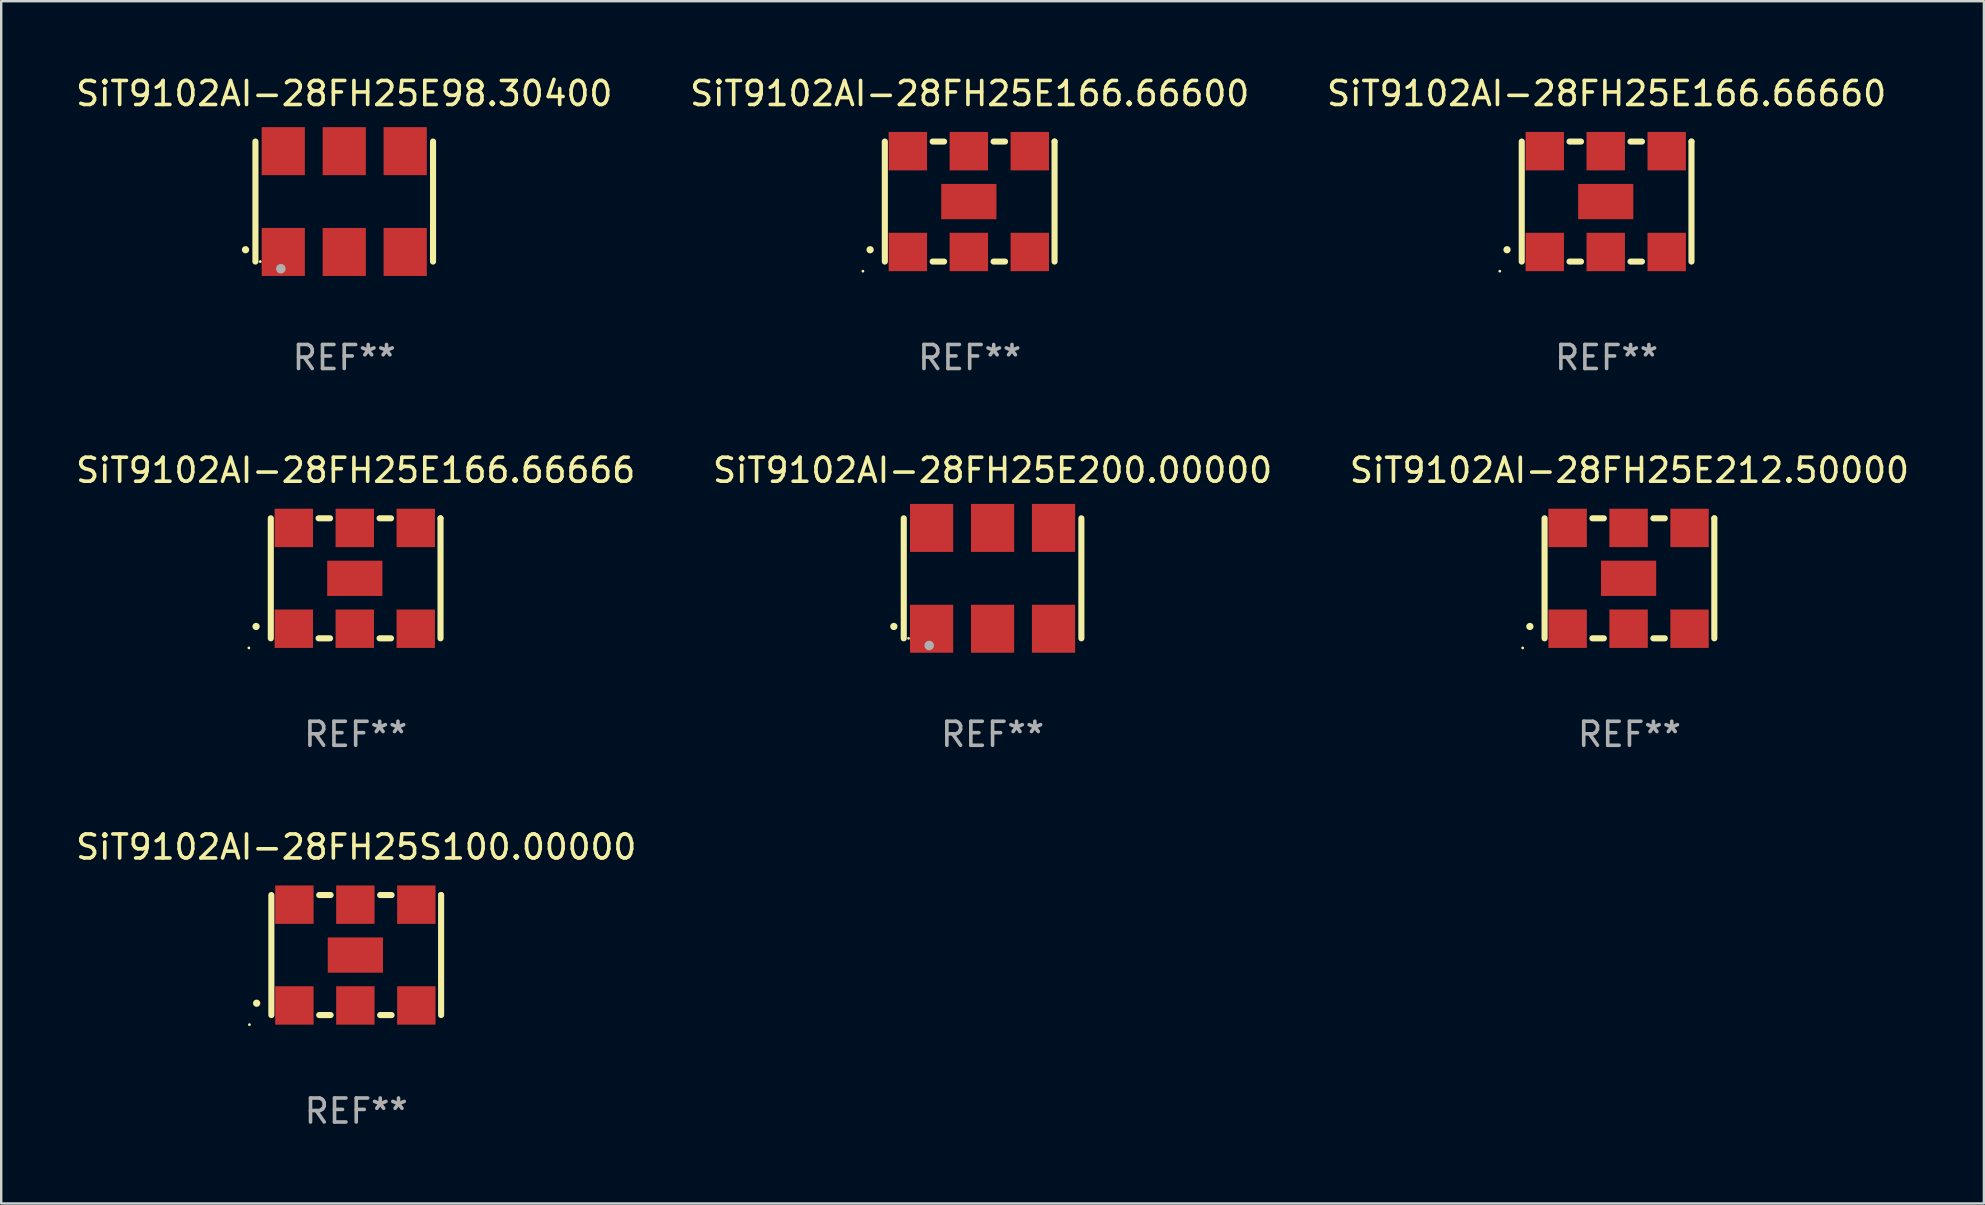
<source format=kicad_pcb>
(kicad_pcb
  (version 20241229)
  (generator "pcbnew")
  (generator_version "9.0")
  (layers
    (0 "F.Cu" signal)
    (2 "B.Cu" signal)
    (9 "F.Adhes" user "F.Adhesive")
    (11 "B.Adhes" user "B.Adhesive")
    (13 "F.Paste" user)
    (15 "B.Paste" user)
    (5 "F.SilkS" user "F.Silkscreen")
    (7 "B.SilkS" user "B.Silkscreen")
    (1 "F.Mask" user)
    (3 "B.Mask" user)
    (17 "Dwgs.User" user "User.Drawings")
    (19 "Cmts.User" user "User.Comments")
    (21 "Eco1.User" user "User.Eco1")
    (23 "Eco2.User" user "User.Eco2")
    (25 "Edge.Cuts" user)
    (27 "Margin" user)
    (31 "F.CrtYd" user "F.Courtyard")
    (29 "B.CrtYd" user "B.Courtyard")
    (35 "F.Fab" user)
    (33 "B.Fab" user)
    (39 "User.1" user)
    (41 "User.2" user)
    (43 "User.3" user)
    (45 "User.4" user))
  (footprint "SiT9102AI-28FH25E166.66666"
    (layer "F.Cu")
    (at 11.768 21.045)
    (property "Reference" "SiT9102AI-28FH25E166.66666" (at 0 -4.5 0) (layer "F.SilkS") (effects (font (size 1 1) (thickness 0.15))))
    (attr through_hole)
    (fp_line (start -3.536 -2.5) (end -3.536 2.5) (stroke (width 0.254) (type solid)) (layer "F.SilkS"))
    (fp_line (start -1.544 2.5) (end -1.067 2.5) (stroke (width 0.254) (type solid)) (layer "F.SilkS"))
    (fp_line (start -1.067 -2.5) (end -1.544 -2.5) (stroke (width 0.254) (type solid)) (layer "F.SilkS"))
    (fp_line (start 0.996 2.5) (end 1.473 2.5) (stroke (width 0.254) (type solid)) (layer "F.SilkS"))
    (fp_line (start 1.473 -2.5) (end 0.996 -2.5) (stroke (width 0.254) (type solid)) (layer "F.SilkS"))
    (fp_line (start 3.536 -2.5) (end 3.536 -2.5) (stroke (width 0.254) (type solid)) (layer "F.SilkS"))
    (fp_line (start 3.536 2.5) (end 3.536 -2.5) (stroke (width 0.254) (type solid)) (layer "F.SilkS"))
    (fp_arc (start -4.150432 2.006604) (mid -4.149162 2.006599) (end -4.147892 2.006604) (stroke (width 0.3) (type solid)) (layer "F.SilkS"))
    (fp_circle (center -4.449 2.9) (end -4.419 2.9) (stroke (width 0.06) (type solid)) (fill no) (layer "F.SilkS"))
    (fp_text user "REF**" (at 0 6.5 0) (layer "F.Fab") (effects (font (size 1 1) (thickness 0.15))))
    (pad "1" smd rect (at -2.576 2.1) (size 1.6 1.6) (layers "F.Cu" "F.Mask" "F.Paste"))
    (pad "2" smd rect (at -0.036 2.1) (size 1.6 1.6) (layers "F.Cu" "F.Mask" "F.Paste"))
    (pad "3" smd rect (at 2.504 2.1) (size 1.6 1.6) (layers "F.Cu" "F.Mask" "F.Paste"))
    (pad "4" smd rect (at 2.504 -2.1) (size 1.6 1.6) (layers "F.Cu" "F.Mask" "F.Paste"))
    (pad "5" smd rect (at -0.036 -2.1) (size 1.6 1.6) (layers "F.Cu" "F.Mask" "F.Paste"))
    (pad "6" smd rect (at -2.576 -2.1) (size 1.6 1.6) (layers "F.Cu" "F.Mask" "F.Paste"))
    (pad "7" smd rect (at -0.036 0) (size 2.3 1.47) (layers "F.Cu" "F.Mask" "F.Paste")))
  (footprint "SiT9102AI-28FH25E200.00000"
    (layer "F.Cu")
    (at 38.304 21.045)
    (property "Reference" "SiT9102AI-28FH25E200.00000" (at 0 -4.5 0) (layer "F.SilkS") (effects (font (size 1 1) (thickness 0.15))))
    (attr through_hole)
    (fp_line (start -3.7 -2.5) (end -3.7 2.5) (stroke (width 0.254) (type solid)) (layer "F.SilkS"))
    (fp_line (start 3.7 -2.5) (end 3.7 2.5) (stroke (width 0.254) (type solid)) (layer "F.SilkS"))
    (fp_arc (start -4.114415 2.006604) (mid -4.113145 2.006599) (end -4.111875 2.006604) (stroke (width 0.3) (type solid)) (layer "F.SilkS"))
    (fp_circle (center -3.5 2.501) (end -3.47 2.501) (stroke (width 0.06) (type solid)) (fill no) (layer "F.SilkS"))
    (fp_circle (center -2.641 2.799) (end -2.541 2.799) (stroke (width 0.2) (type solid)) (fill no) (layer "F.Fab"))
    (fp_text user "REF**" (at 0 6.5 0) (layer "F.Fab") (effects (font (size 1 1) (thickness 0.15))))
    (pad "1" smd rect (at -2.54 2.1) (size 1.8 2) (layers "F.Cu" "F.Mask" "F.Paste"))
    (pad "2" smd rect (at 0.000394 2.1) (size 1.8 2) (layers "F.Cu" "F.Mask" "F.Paste"))
    (pad "3" smd rect (at 2.54 2.1) (size 1.8 2) (layers "F.Cu" "F.Mask" "F.Paste"))
    (pad "4" smd rect (at 2.54 -2.1) (size 1.8 2) (layers "F.Cu" "F.Mask" "F.Paste"))
    (pad "5" smd rect (at 0.000394 -2.1) (size 1.8 2) (layers "F.Cu" "F.Mask" "F.Paste"))
    (pad "6" smd rect (at -2.54 -2.1) (size 1.8 2) (layers "F.Cu" "F.Mask" "F.Paste")))
  (footprint "SiT9102AI-28FH25E166.66660"
    (layer "F.Cu")
    (at 63.887 5.348)
    (property "Reference" "SiT9102AI-28FH25E166.66660" (at 0 -4.5 0) (layer "F.SilkS") (effects (font (size 1 1) (thickness 0.15))))
    (attr through_hole)
    (fp_line (start -3.536 -2.5) (end -3.536 2.5) (stroke (width 0.254) (type solid)) (layer "F.SilkS"))
    (fp_line (start -1.544 2.5) (end -1.067 2.5) (stroke (width 0.254) (type solid)) (layer "F.SilkS"))
    (fp_line (start -1.067 -2.5) (end -1.544 -2.5) (stroke (width 0.254) (type solid)) (layer "F.SilkS"))
    (fp_line (start 0.996 2.5) (end 1.473 2.5) (stroke (width 0.254) (type solid)) (layer "F.SilkS"))
    (fp_line (start 1.473 -2.5) (end 0.996 -2.5) (stroke (width 0.254) (type solid)) (layer "F.SilkS"))
    (fp_line (start 3.536 -2.5) (end 3.536 -2.5) (stroke (width 0.254) (type solid)) (layer "F.SilkS"))
    (fp_line (start 3.536 2.5) (end 3.536 -2.5) (stroke (width 0.254) (type solid)) (layer "F.SilkS"))
    (fp_arc (start -4.150432 2.006604) (mid -4.149162 2.006599) (end -4.147892 2.006604) (stroke (width 0.3) (type solid)) (layer "F.SilkS"))
    (fp_circle (center -4.449 2.9) (end -4.419 2.9) (stroke (width 0.06) (type solid)) (fill no) (layer "F.SilkS"))
    (fp_text user "REF**" (at 0 6.5 0) (layer "F.Fab") (effects (font (size 1 1) (thickness 0.15))))
    (pad "1" smd rect (at -2.576 2.1) (size 1.6 1.6) (layers "F.Cu" "F.Mask" "F.Paste"))
    (pad "2" smd rect (at -0.036 2.1) (size 1.6 1.6) (layers "F.Cu" "F.Mask" "F.Paste"))
    (pad "3" smd rect (at 2.504 2.1) (size 1.6 1.6) (layers "F.Cu" "F.Mask" "F.Paste"))
    (pad "4" smd rect (at 2.504 -2.1) (size 1.6 1.6) (layers "F.Cu" "F.Mask" "F.Paste"))
    (pad "5" smd rect (at -0.036 -2.1) (size 1.6 1.6) (layers "F.Cu" "F.Mask" "F.Paste"))
    (pad "6" smd rect (at -2.576 -2.1) (size 1.6 1.6) (layers "F.Cu" "F.Mask" "F.Paste"))
    (pad "7" smd rect (at -0.036 0) (size 2.3 1.47) (layers "F.Cu" "F.Mask" "F.Paste")))
  (footprint "SiT9102AI-28FH25E98.30400"
    (layer "F.Cu")
    (at 11.292 5.348)
    (property "Reference" "SiT9102AI-28FH25E98.30400" (at 0 -4.5 0) (layer "F.SilkS") (effects (font (size 1 1) (thickness 0.15))))
    (attr through_hole)
    (fp_line (start -3.7 -2.5) (end -3.7 2.5) (stroke (width 0.254) (type solid)) (layer "F.SilkS"))
    (fp_line (start 3.7 -2.5) (end 3.7 2.5) (stroke (width 0.254) (type solid)) (layer "F.SilkS"))
    (fp_arc (start -4.114415 2.006604) (mid -4.113145 2.006599) (end -4.111875 2.006604) (stroke (width 0.3) (type solid)) (layer "F.SilkS"))
    (fp_circle (center -3.5 2.501) (end -3.47 2.501) (stroke (width 0.06) (type solid)) (fill no) (layer "F.SilkS"))
    (fp_circle (center -2.641 2.799) (end -2.541 2.799) (stroke (width 0.2) (type solid)) (fill no) (layer "F.Fab"))
    (fp_text user "REF**" (at 0 6.5 0) (layer "F.Fab") (effects (font (size 1 1) (thickness 0.15))))
    (pad "1" smd rect (at -2.54 2.1) (size 1.8 2) (layers "F.Cu" "F.Mask" "F.Paste"))
    (pad "2" smd rect (at 0.000394 2.1) (size 1.8 2) (layers "F.Cu" "F.Mask" "F.Paste"))
    (pad "3" smd rect (at 2.54 2.1) (size 1.8 2) (layers "F.Cu" "F.Mask" "F.Paste"))
    (pad "4" smd rect (at 2.54 -2.1) (size 1.8 2) (layers "F.Cu" "F.Mask" "F.Paste"))
    (pad "5" smd rect (at 0.000394 -2.1) (size 1.8 2) (layers "F.Cu" "F.Mask" "F.Paste"))
    (pad "6" smd rect (at -2.54 -2.1) (size 1.8 2) (layers "F.Cu" "F.Mask" "F.Paste")))
  (footprint "SiT9102AI-28FH25E212.50000"
    (layer "F.Cu")
    (at 64.839 21.045)
    (property "Reference" "SiT9102AI-28FH25E212.50000" (at 0 -4.5 0) (layer "F.SilkS") (effects (font (size 1 1) (thickness 0.15))))
    (attr through_hole)
    (fp_line (start -3.536 -2.5) (end -3.536 2.5) (stroke (width 0.254) (type solid)) (layer "F.SilkS"))
    (fp_line (start -1.544 2.5) (end -1.067 2.5) (stroke (width 0.254) (type solid)) (layer "F.SilkS"))
    (fp_line (start -1.067 -2.5) (end -1.544 -2.5) (stroke (width 0.254) (type solid)) (layer "F.SilkS"))
    (fp_line (start 0.996 2.5) (end 1.473 2.5) (stroke (width 0.254) (type solid)) (layer "F.SilkS"))
    (fp_line (start 1.473 -2.5) (end 0.996 -2.5) (stroke (width 0.254) (type solid)) (layer "F.SilkS"))
    (fp_line (start 3.536 -2.5) (end 3.536 -2.5) (stroke (width 0.254) (type solid)) (layer "F.SilkS"))
    (fp_line (start 3.536 2.5) (end 3.536 -2.5) (stroke (width 0.254) (type solid)) (layer "F.SilkS"))
    (fp_arc (start -4.150432 2.006604) (mid -4.149162 2.006599) (end -4.147892 2.006604) (stroke (width 0.3) (type solid)) (layer "F.SilkS"))
    (fp_circle (center -4.449 2.9) (end -4.419 2.9) (stroke (width 0.06) (type solid)) (fill no) (layer "F.SilkS"))
    (fp_text user "REF**" (at 0 6.5 0) (layer "F.Fab") (effects (font (size 1 1) (thickness 0.15))))
    (pad "1" smd rect (at -2.576 2.1) (size 1.6 1.6) (layers "F.Cu" "F.Mask" "F.Paste"))
    (pad "2" smd rect (at -0.036 2.1) (size 1.6 1.6) (layers "F.Cu" "F.Mask" "F.Paste"))
    (pad "3" smd rect (at 2.504 2.1) (size 1.6 1.6) (layers "F.Cu" "F.Mask" "F.Paste"))
    (pad "4" smd rect (at 2.504 -2.1) (size 1.6 1.6) (layers "F.Cu" "F.Mask" "F.Paste"))
    (pad "5" smd rect (at -0.036 -2.1) (size 1.6 1.6) (layers "F.Cu" "F.Mask" "F.Paste"))
    (pad "6" smd rect (at -2.576 -2.1) (size 1.6 1.6) (layers "F.Cu" "F.Mask" "F.Paste"))
    (pad "7" smd rect (at -0.036 0) (size 2.3 1.47) (layers "F.Cu" "F.Mask" "F.Paste")))
  (footprint "SiT9102AI-28FH25E166.66600"
    (layer "F.Cu")
    (at 37.351 5.348)
    (property "Reference" "SiT9102AI-28FH25E166.66600" (at 0 -4.5 0) (layer "F.SilkS") (effects (font (size 1 1) (thickness 0.15))))
    (attr through_hole)
    (fp_line (start -3.536 -2.5) (end -3.536 2.5) (stroke (width 0.254) (type solid)) (layer "F.SilkS"))
    (fp_line (start -1.544 2.5) (end -1.067 2.5) (stroke (width 0.254) (type solid)) (layer "F.SilkS"))
    (fp_line (start -1.067 -2.5) (end -1.544 -2.5) (stroke (width 0.254) (type solid)) (layer "F.SilkS"))
    (fp_line (start 0.996 2.5) (end 1.473 2.5) (stroke (width 0.254) (type solid)) (layer "F.SilkS"))
    (fp_line (start 1.473 -2.5) (end 0.996 -2.5) (stroke (width 0.254) (type solid)) (layer "F.SilkS"))
    (fp_line (start 3.536 -2.5) (end 3.536 -2.5) (stroke (width 0.254) (type solid)) (layer "F.SilkS"))
    (fp_line (start 3.536 2.5) (end 3.536 -2.5) (stroke (width 0.254) (type solid)) (layer "F.SilkS"))
    (fp_arc (start -4.150432 2.006604) (mid -4.149162 2.006599) (end -4.147892 2.006604) (stroke (width 0.3) (type solid)) (layer "F.SilkS"))
    (fp_circle (center -4.449 2.9) (end -4.419 2.9) (stroke (width 0.06) (type solid)) (fill no) (layer "F.SilkS"))
    (fp_text user "REF**" (at 0 6.5 0) (layer "F.Fab") (effects (font (size 1 1) (thickness 0.15))))
    (pad "1" smd rect (at -2.576 2.1) (size 1.6 1.6) (layers "F.Cu" "F.Mask" "F.Paste"))
    (pad "2" smd rect (at -0.036 2.1) (size 1.6 1.6) (layers "F.Cu" "F.Mask" "F.Paste"))
    (pad "3" smd rect (at 2.504 2.1) (size 1.6 1.6) (layers "F.Cu" "F.Mask" "F.Paste"))
    (pad "4" smd rect (at 2.504 -2.1) (size 1.6 1.6) (layers "F.Cu" "F.Mask" "F.Paste"))
    (pad "5" smd rect (at -0.036 -2.1) (size 1.6 1.6) (layers "F.Cu" "F.Mask" "F.Paste"))
    (pad "6" smd rect (at -2.576 -2.1) (size 1.6 1.6) (layers "F.Cu" "F.Mask" "F.Paste"))
    (pad "7" smd rect (at -0.036 0) (size 2.3 1.47) (layers "F.Cu" "F.Mask" "F.Paste")))
  (footprint "SiT9102AI-28FH25S100.00000"
    (layer "F.Cu")
    (at 11.792 36.741)
    (property "Reference" "SiT9102AI-28FH25S100.00000" (at 0 -4.5 0) (layer "F.SilkS") (effects (font (size 1 1) (thickness 0.15))))
    (attr through_hole)
    (fp_line (start -3.536 -2.5) (end -3.536 2.5) (stroke (width 0.254) (type solid)) (layer "F.SilkS"))
    (fp_line (start -1.544 2.5) (end -1.067 2.5) (stroke (width 0.254) (type solid)) (layer "F.SilkS"))
    (fp_line (start -1.067 -2.5) (end -1.544 -2.5) (stroke (width 0.254) (type solid)) (layer "F.SilkS"))
    (fp_line (start 0.996 2.5) (end 1.473 2.5) (stroke (width 0.254) (type solid)) (layer "F.SilkS"))
    (fp_line (start 1.473 -2.5) (end 0.996 -2.5) (stroke (width 0.254) (type solid)) (layer "F.SilkS"))
    (fp_line (start 3.536 -2.5) (end 3.536 -2.5) (stroke (width 0.254) (type solid)) (layer "F.SilkS"))
    (fp_line (start 3.536 2.5) (end 3.536 -2.5) (stroke (width 0.254) (type solid)) (layer "F.SilkS"))
    (fp_arc (start -4.150432 2.006604) (mid -4.149162 2.006599) (end -4.147892 2.006604) (stroke (width 0.3) (type solid)) (layer "F.SilkS"))
    (fp_circle (center -4.449 2.9) (end -4.419 2.9) (stroke (width 0.06) (type solid)) (fill no) (layer "F.SilkS"))
    (fp_text user "REF**" (at 0 6.5 0) (layer "F.Fab") (effects (font (size 1 1) (thickness 0.15))))
    (pad "1" smd rect (at -2.576 2.1) (size 1.6 1.6) (layers "F.Cu" "F.Mask" "F.Paste"))
    (pad "2" smd rect (at -0.036 2.1) (size 1.6 1.6) (layers "F.Cu" "F.Mask" "F.Paste"))
    (pad "3" smd rect (at 2.504 2.1) (size 1.6 1.6) (layers "F.Cu" "F.Mask" "F.Paste"))
    (pad "4" smd rect (at 2.504 -2.1) (size 1.6 1.6) (layers "F.Cu" "F.Mask" "F.Paste"))
    (pad "5" smd rect (at -0.036 -2.1) (size 1.6 1.6) (layers "F.Cu" "F.Mask" "F.Paste"))
    (pad "6" smd rect (at -2.576 -2.1) (size 1.6 1.6) (layers "F.Cu" "F.Mask" "F.Paste"))
    (pad "7" smd rect (at -0.036 0) (size 2.3 1.47) (layers "F.Cu" "F.Mask" "F.Paste")))
  (gr_rect
    (start -3 -3)
    (end 79.607 47.09)
    (stroke (width 0.1) (type default))
    (fill no)
    (layer "Edge.Cuts")))
</source>
